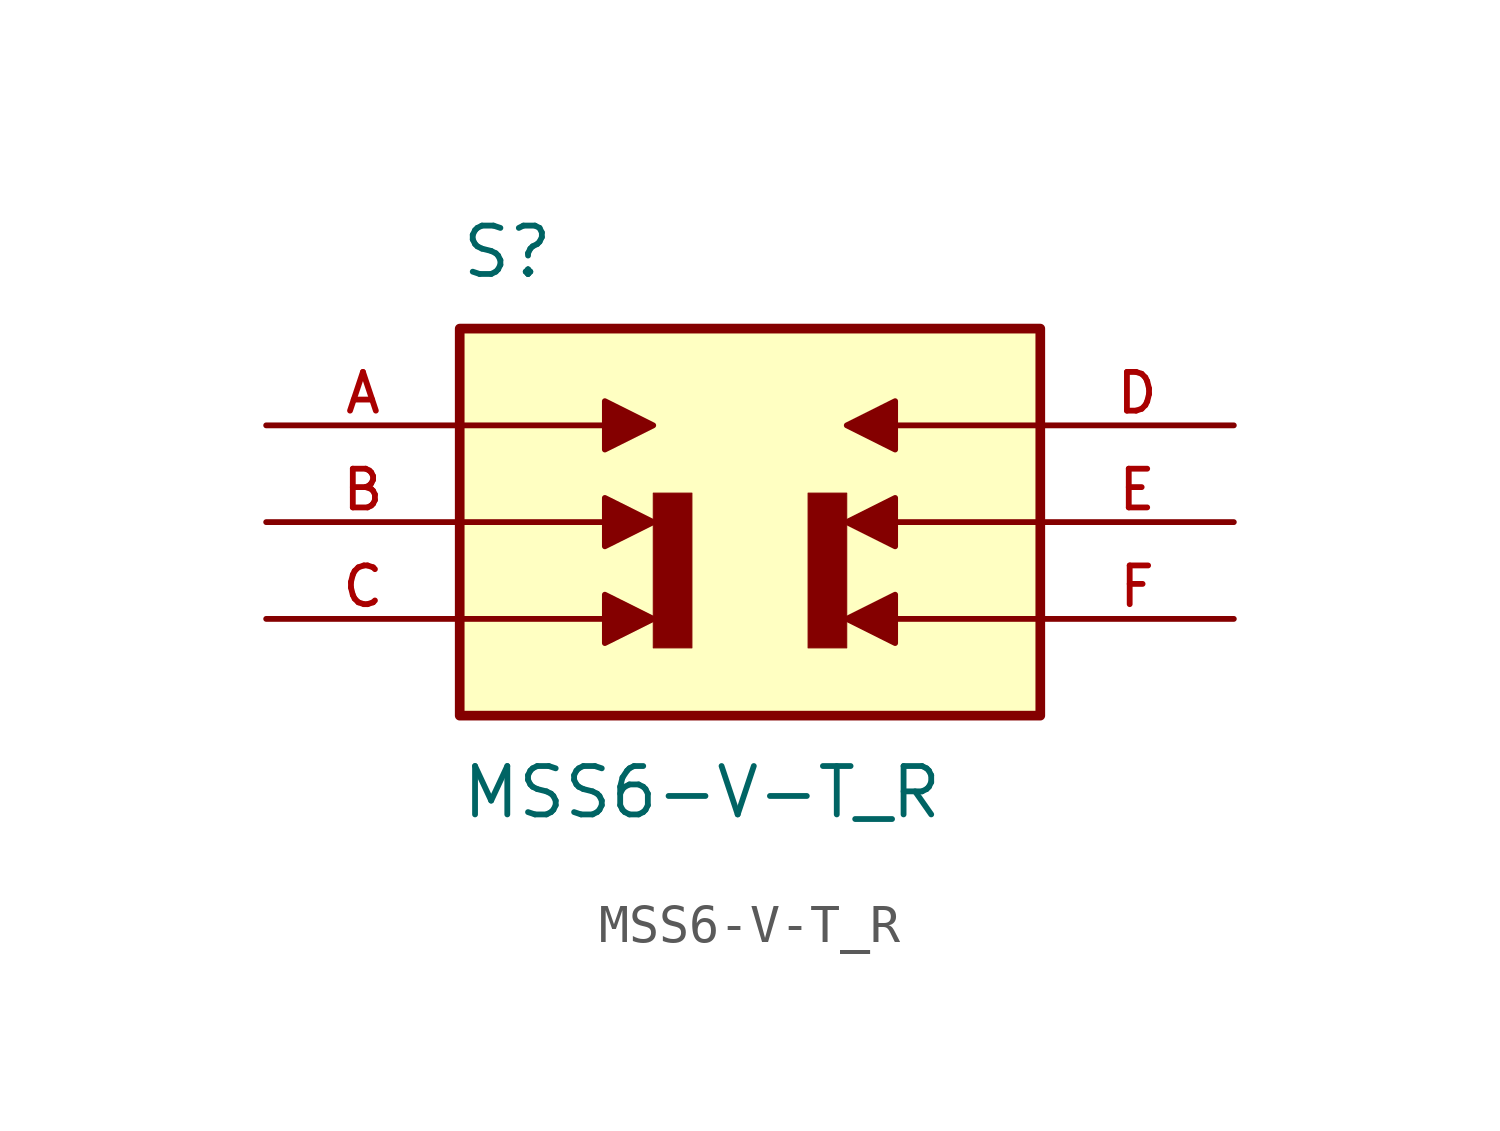
<source format=kicad_sym>
(kicad_symbol_lib
  (version 20211014)
  (generator kicad_symbol_editor)
  (symbol "MSS6-V-T_R"
    (pin_names
      (offset 1.016))
    (property "Reference" "S"
      (at -7.62 6.35 0)
      (effects (font (size 1.27 1.27)) (justify bottom left)))
    (property "Value" "MSS6-V-T_R"
      (at -7.62 -6.35 0)
      (effects (font (size 1.27 1.27)) (justify top left)))
    (symbol "MSS6-V-T_R_0_0"
      (polyline (pts (xy -7.62 2.54) (xy -3.81 2.54)) (stroke (width 0.152)))
      (polyline (pts (xy -3.81 3.175) (xy -3.81 1.905) (xy -2.54 2.54) (xy -3.81 3.175)) (stroke (width 0.152)) (fill (type outline)))
      (polyline (pts (xy -7.62 0.0) (xy -3.81 0.0)) (stroke (width 0.152)))
      (polyline (pts (xy -3.81 0.635) (xy -3.81 -0.635) (xy -2.54 0.0) (xy -3.81 0.635)) (stroke (width 0.152)) (fill (type outline)))
      (polyline (pts (xy -7.62 -2.54) (xy -3.81 -2.54)) (stroke (width 0.152)))
      (polyline (pts (xy -3.81 -1.905) (xy -3.81 -3.175) (xy -2.54 -2.54) (xy -3.81 -1.905)) (stroke (width 0.152)) (fill (type outline)))
      (polyline (pts (xy 7.62 2.54) (xy 3.81 2.54)) (stroke (width 0.152)))
      (polyline (pts (xy 3.81 1.905) (xy 3.81 3.175) (xy 2.54 2.54) (xy 3.81 1.905)) (stroke (width 0.152)) (fill (type outline)))
      (polyline (pts (xy 7.62 0.0) (xy 3.81 0.0)) (stroke (width 0.152)))
      (polyline (pts (xy 3.81 -0.635) (xy 3.81 0.635) (xy 2.54 0.0) (xy 3.81 -0.635)) (stroke (width 0.152)) (fill (type outline)))
      (polyline (pts (xy 7.62 -2.54) (xy 3.81 -2.54)) (stroke (width 0.152)))
      (polyline (pts (xy 3.81 -3.175) (xy 3.81 -1.905) (xy 2.54 -2.54) (xy 3.81 -3.175)) (stroke (width 0.152)) (fill (type outline)))
      (polyline (pts (xy -2.54 0.762) (xy -2.54 -3.302) (xy -1.524 -3.302) (xy -1.524 0.762) (xy -2.54 0.762)) (stroke (width 0.025)) (fill (type outline)))
      (polyline (pts (xy 1.524 0.762) (xy 1.524 -3.302) (xy 2.54 -3.302) (xy 2.54 0.762) (xy 1.524 0.762)) (stroke (width 0.025)) (fill (type outline)))
      (rectangle (start -7.62 -5.08) (end 7.62 5.08) (stroke (width 0.254)) (fill (type background)))
      (pin passive line (at -12.7 2.54 0) (length 5.08) (name "~" (effects (font (size 1.016 1.016)))) (number "A" (effects (font (size 1.016 1.016)))))
      (pin passive line (at -12.7 0.0 0) (length 5.08) (name "~" (effects (font (size 1.016 1.016)))) (number "B" (effects (font (size 1.016 1.016)))))
      (pin passive line (at -12.7 -2.54 0) (length 5.08) (name "~" (effects (font (size 1.016 1.016)))) (number "C" (effects (font (size 1.016 1.016)))))
      (pin passive line (at 12.7 2.54 180.0) (length 5.08) (name "~" (effects (font (size 1.016 1.016)))) (number "D" (effects (font (size 1.016 1.016)))))
      (pin passive line (at 12.7 0.0 180.0) (length 5.08) (name "~" (effects (font (size 1.016 1.016)))) (number "E" (effects (font (size 1.016 1.016)))))
      (pin passive line (at 12.7 -2.54 180.0) (length 5.08) (name "~" (effects (font (size 1.016 1.016)))) (number "F" (effects (font (size 1.016 1.016))))))))
</source>
